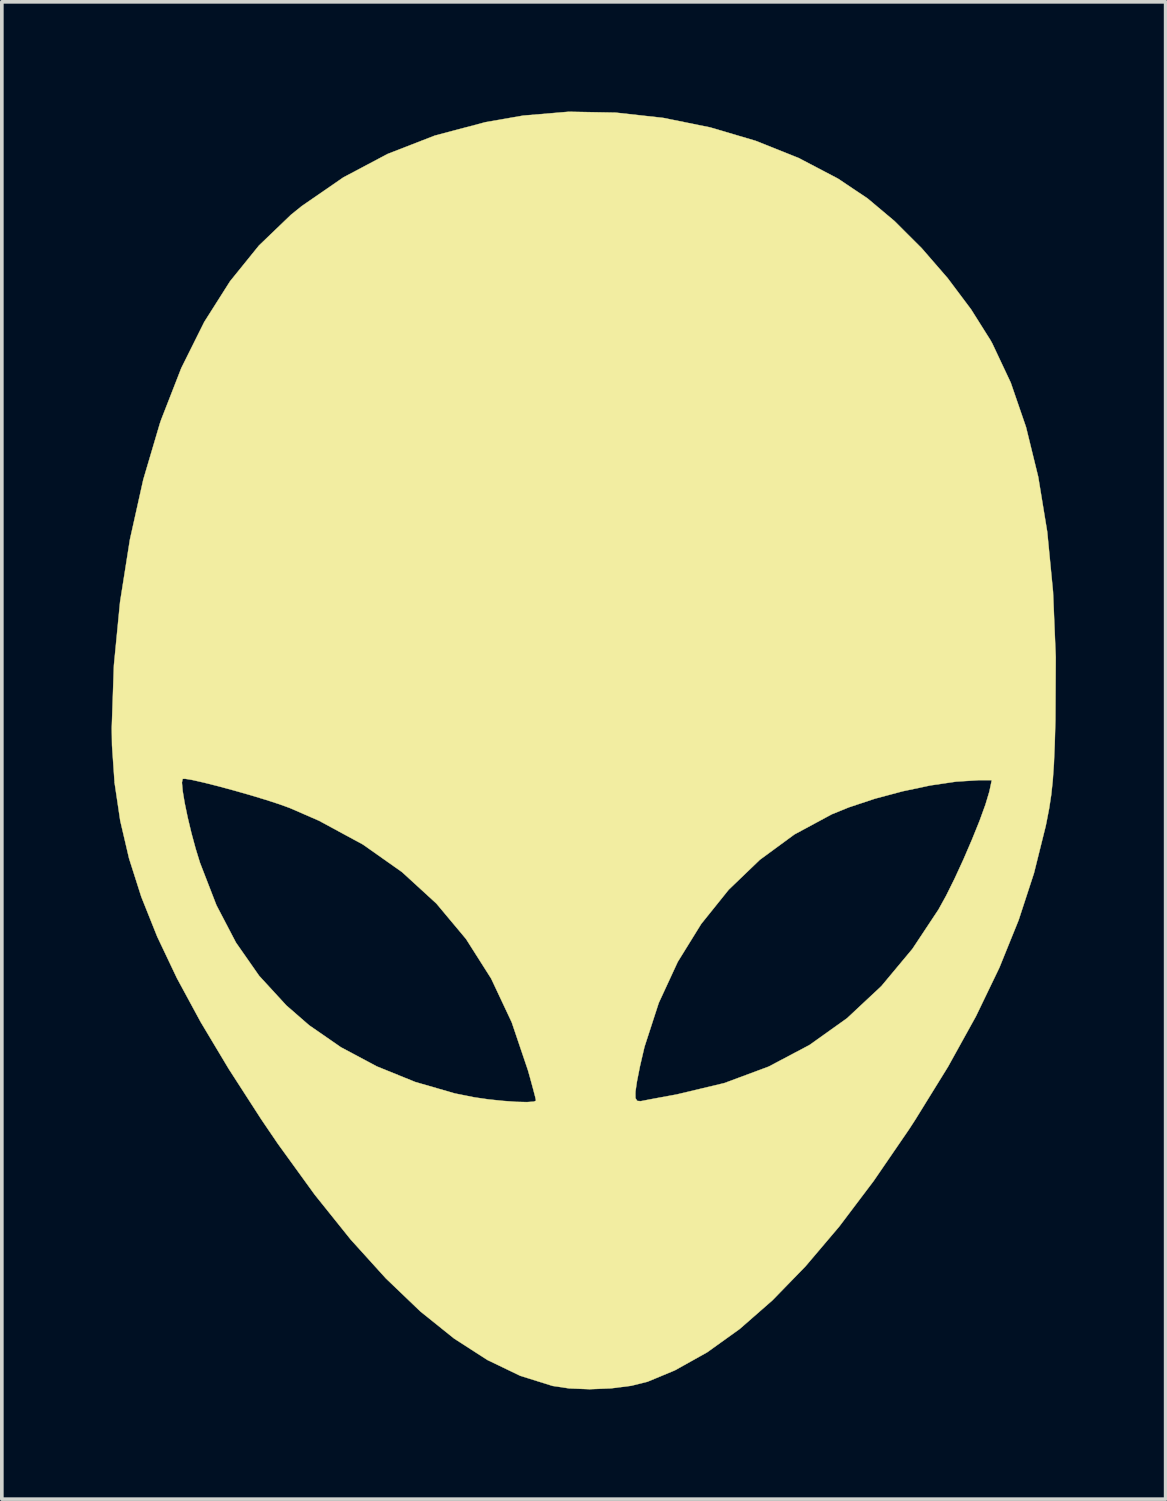
<source format=kicad_pcb>
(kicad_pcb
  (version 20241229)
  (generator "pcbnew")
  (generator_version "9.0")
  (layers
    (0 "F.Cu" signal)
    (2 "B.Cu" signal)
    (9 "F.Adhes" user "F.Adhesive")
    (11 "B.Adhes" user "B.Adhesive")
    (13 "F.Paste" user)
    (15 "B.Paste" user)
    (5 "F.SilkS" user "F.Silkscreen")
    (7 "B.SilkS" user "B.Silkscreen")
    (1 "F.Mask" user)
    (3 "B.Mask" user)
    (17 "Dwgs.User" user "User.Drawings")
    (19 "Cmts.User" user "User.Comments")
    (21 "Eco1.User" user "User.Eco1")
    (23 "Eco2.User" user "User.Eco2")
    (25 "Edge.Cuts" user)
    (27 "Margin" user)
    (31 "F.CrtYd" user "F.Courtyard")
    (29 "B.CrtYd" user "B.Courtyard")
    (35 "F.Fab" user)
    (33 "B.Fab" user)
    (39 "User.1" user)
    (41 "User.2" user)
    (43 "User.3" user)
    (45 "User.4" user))
  (footprint "Alien"
    (layer "F.Cu")
    (at 12.873 17.432)
    (property "Reference" "Alien" (at 0 0 0) (layer "F.SilkS") (effects (font (size 1.524 1.524) (thickness 0.3))))
    (attr through_hole)
    (fp_poly (pts (xy 0.909 -17.403) (xy 2.208 -17.259) (xy 3.492 -16.999) (xy 4.735 -16.632) (xy 5.907 -16.164) (xy 6.983 -15.6) (xy 7.795 -15.056) (xy 8.533 -14.436) (xy 9.275 -13.695) (xy 9.984 -12.877) (xy 10.623 -12.025) (xy 11.153 -11.183) (xy 11.204 -11.091) (xy 11.708 -10.021) (xy 12.126 -8.805) (xy 12.459 -7.446) (xy 12.705 -5.945) (xy 12.864 -4.302) (xy 12.938 -2.52) (xy 12.929 -0.804) (xy 12.91 -0.131) (xy 12.887 0.409) (xy 12.856 0.855) (xy 12.815 1.243) (xy 12.759 1.611) (xy 12.685 1.995) (xy 12.664 2.098) (xy 12.343 3.387) (xy 11.923 4.672) (xy 11.398 5.969) (xy 10.757 7.299) (xy 9.992 8.681) (xy 9.095 10.132) (xy 8.925 10.394) (xy 7.96 11.802) (xy 7.02 13.047) (xy 6.099 14.133) (xy 5.193 15.065) (xy 4.298 15.848) (xy 3.41 16.485) (xy 2.524 16.98) (xy 1.78 17.289) (xy 1.332 17.401) (xy 0.783 17.471) (xy 0.195 17.495) (xy -0.368 17.472) (xy -0.816 17.405) (xy -1.701 17.128) (xy -2.597 16.697) (xy -3.507 16.111) (xy -4.432 15.368) (xy -5.375 14.465) (xy -6.337 13.402) (xy -7.32 12.176) (xy -8.327 10.785) (xy -8.78 10.118) (xy -9.669 8.74) (xy -10.436 7.459) (xy -11.087 6.257) (xy -11.626 5.121) (xy -12.06 4.035) (xy -12.395 2.985) (xy -12.636 1.954) (xy -12.789 0.928) (xy -12.791 0.911) (xy -10.95 0.911) (xy -10.929 1.143) (xy -10.874 1.473) (xy -10.792 1.868) (xy -10.689 2.297) (xy -10.573 2.725) (xy -10.456 3.104) (xy -10.007 4.263) (xy -9.472 5.287) (xy -8.838 6.195) (xy -8.094 7.005) (xy -7.472 7.546) (xy -6.605 8.146) (xy -5.623 8.67) (xy -4.57 9.097) (xy -3.49 9.409) (xy -2.955 9.516) (xy -2.567 9.572) (xy -2.174 9.613) (xy -1.813 9.639) (xy -1.518 9.646) (xy -1.326 9.633) (xy -1.27 9.605) (xy -1.291 9.508) (xy -1.327 9.371) (xy 1.447 9.371) (xy 1.449 9.537) (xy 1.496 9.613) (xy 1.59 9.621) (xy 1.63 9.614) (xy 1.798 9.581) (xy 2.081 9.528) (xy 2.43 9.464) (xy 2.572 9.438) (xy 3.877 9.127) (xy 5.087 8.677) (xy 6.205 8.086) (xy 7.232 7.354) (xy 8.17 6.477) (xy 9.021 5.456) (xy 9.731 4.385) (xy 9.942 4.003) (xy 10.176 3.531) (xy 10.417 3.007) (xy 10.648 2.47) (xy 10.854 1.96) (xy 11.016 1.514) (xy 11.119 1.172) (xy 11.131 1.122) (xy 11.189 0.847) (xy 10.823 0.847) (xy 10.216 0.885) (xy 9.51 0.989) (xy 8.753 1.149) (xy 7.997 1.351) (xy 7.29 1.585) (xy 6.817 1.777) (xy 5.793 2.329) (xy 4.85 3.021) (xy 3.997 3.84) (xy 3.246 4.775) (xy 2.605 5.811) (xy 2.085 6.935) (xy 1.695 8.136) (xy 1.571 8.668) (xy 1.488 9.089) (xy 1.447 9.371) (xy -1.327 9.371) (xy -1.349 9.287) (xy -1.433 8.979) (xy -1.489 8.78) (xy -1.934 7.464) (xy -2.497 6.267) (xy -3.183 5.187) (xy -3.993 4.218) (xy -4.931 3.359) (xy -6 2.605) (xy -7.204 1.953) (xy -8.001 1.606) (xy -8.287 1.502) (xy -8.657 1.382) (xy -9.079 1.254) (xy -9.522 1.128) (xy -9.954 1.011) (xy -10.342 0.913) (xy -10.656 0.842) (xy -10.864 0.807) (xy -10.93 0.81) (xy -10.95 0.911) (xy -12.791 0.911) (xy -12.861 -0.108) (xy -12.868 -0.58) (xy -12.809 -2.295) (xy -12.641 -4.025) (xy -12.372 -5.731) (xy -12.006 -7.372) (xy -11.552 -8.908) (xy -11.514 -9.017) (xy -10.966 -10.422) (xy -10.34 -11.679) (xy -9.633 -12.794) (xy -8.844 -13.77) (xy -7.968 -14.611) (xy -7.673 -14.849) (xy -6.536 -15.633) (xy -5.328 -16.273) (xy -4.037 -16.775) (xy -2.653 -17.142) (xy -1.621 -17.322) (xy -0.376 -17.427) (xy 0.909 -17.403)) (stroke (width 0.01) (type solid)) (fill yes) (layer "F.SilkS")))
  (gr_rect
    (start -3 -3)
    (end 28.815 37.932)
    (stroke (width 0.1) (type default))
    (fill no)
    (layer "Edge.Cuts")))
</source>
